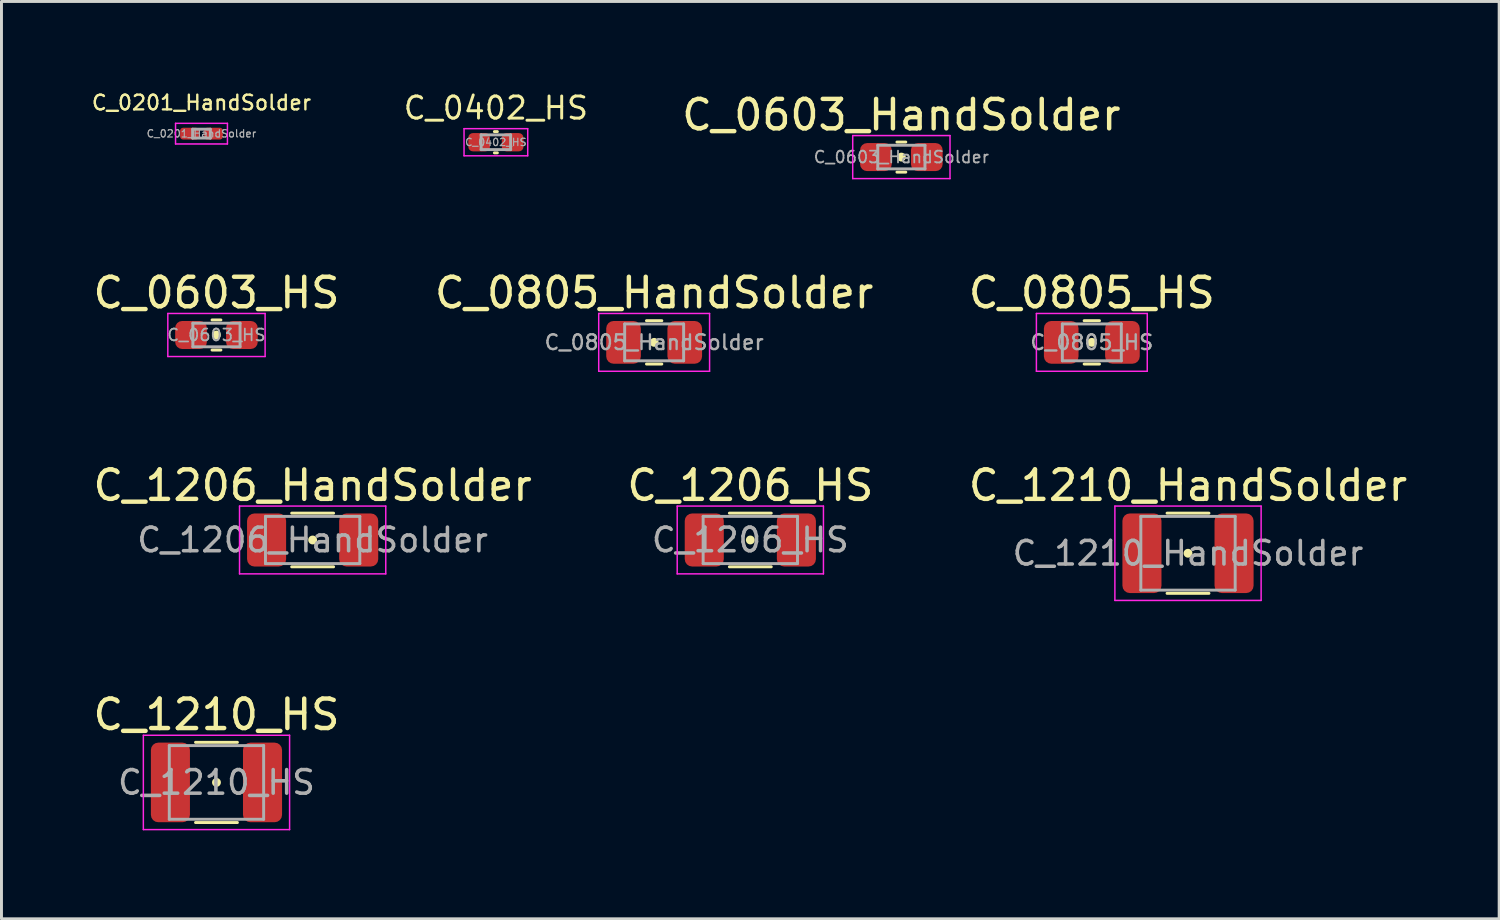
<source format=kicad_pcb>
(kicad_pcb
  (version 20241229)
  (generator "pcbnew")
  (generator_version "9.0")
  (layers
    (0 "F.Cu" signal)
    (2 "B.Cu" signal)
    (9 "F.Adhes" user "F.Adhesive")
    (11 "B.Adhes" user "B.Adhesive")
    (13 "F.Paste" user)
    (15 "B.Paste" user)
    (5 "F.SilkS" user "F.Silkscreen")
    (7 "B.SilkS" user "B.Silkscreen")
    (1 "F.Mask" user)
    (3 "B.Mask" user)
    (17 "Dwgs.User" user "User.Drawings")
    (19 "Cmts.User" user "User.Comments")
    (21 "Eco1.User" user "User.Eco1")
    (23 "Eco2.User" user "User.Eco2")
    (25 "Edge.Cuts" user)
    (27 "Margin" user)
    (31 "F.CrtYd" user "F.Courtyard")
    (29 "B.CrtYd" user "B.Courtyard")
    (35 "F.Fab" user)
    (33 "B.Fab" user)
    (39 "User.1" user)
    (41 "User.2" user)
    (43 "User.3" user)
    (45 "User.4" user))
  (footprint "C_0201_HandSolder"
    (layer "F.Cu")
    (at 3.784 1.483)
    (property "Reference" "C_0201_HandSolder" (at 0 -1.05 0) (layer "F.SilkS") (effects (font (size 0.5 0.5) (thickness 0.08))))
    (attr smd)
    (fp_line (start -0.88 -0.35) (end 0.88 -0.35) (stroke (width 0.05) (type solid)) (layer "F.CrtYd"))
    (fp_line (start -0.88 0.35) (end -0.88 -0.35) (stroke (width 0.05) (type solid)) (layer "F.CrtYd"))
    (fp_line (start 0.88 -0.35) (end 0.88 0.35) (stroke (width 0.05) (type solid)) (layer "F.CrtYd"))
    (fp_line (start 0.88 0.35) (end -0.88 0.35) (stroke (width 0.05) (type solid)) (layer "F.CrtYd"))
    (fp_line (start -0.3 -0.15) (end 0.3 -0.15) (stroke (width 0.1) (type solid)) (layer "F.Fab"))
    (fp_line (start -0.3 0.15) (end -0.3 -0.15) (stroke (width 0.1) (type solid)) (layer "F.Fab"))
    (fp_line (start 0.3 -0.15) (end 0.3 0.15) (stroke (width 0.1) (type solid)) (layer "F.Fab"))
    (fp_line (start 0.3 0.15) (end -0.3 0.15) (stroke (width 0.1) (type solid)) (layer "F.Fab"))
    (fp_text user "${REFERENCE}" (at 0 0 0) (layer "F.Fab") (effects (font (size 0.25 0.25) (thickness 0.04))))
    (pad "" smd roundrect (at -0.432 0) (size 0.458 0.36) (layers "F.Paste") (roundrect_rratio 0.25))
    (pad "" smd roundrect (at 0.432 0) (size 0.458 0.36) (layers "F.Paste") (roundrect_rratio 0.25))
    (pad "1" smd roundrect (at -0.407 0) (size 0.635 0.4) (layers "F.Cu" "F.Mask") (roundrect_rratio 0.25))
    (pad "2" smd roundrect (at 0.407 0) (size 0.635 0.4) (layers "F.Cu" "F.Mask") (roundrect_rratio 0.25)))
  (footprint "C_0402_HS"
    (layer "F.Cu")
    (at 13.769 1.774)
    (property "Reference" "C_0402_HS" (at 0 -1.16 0) (layer "F.SilkS") (effects (font (size 0.75 0.75) (thickness 0.1))))
    (attr smd)
    (fp_line (start -0.05 -0.36) (end 0.05 -0.36) (stroke (width 0.1) (type solid)) (layer "F.SilkS"))
    (fp_line (start -0.05 0.36) (end 0.05 0.36) (stroke (width 0.1) (type solid)) (layer "F.SilkS"))
    (fp_line (start -1.08 -0.46) (end 1.08 -0.46) (stroke (width 0.05) (type solid)) (layer "F.CrtYd"))
    (fp_line (start -1.08 0.46) (end -1.08 -0.46) (stroke (width 0.05) (type solid)) (layer "F.CrtYd"))
    (fp_line (start 1.08 -0.46) (end 1.08 0.46) (stroke (width 0.05) (type solid)) (layer "F.CrtYd"))
    (fp_line (start 1.08 0.46) (end -1.08 0.46) (stroke (width 0.05) (type solid)) (layer "F.CrtYd"))
    (fp_line (start -0.5 -0.25) (end 0.5 -0.25) (stroke (width 0.1) (type solid)) (layer "F.Fab"))
    (fp_line (start -0.5 0.25) (end -0.5 -0.25) (stroke (width 0.1) (type solid)) (layer "F.Fab"))
    (fp_line (start 0.5 -0.25) (end 0.5 0.25) (stroke (width 0.1) (type solid)) (layer "F.Fab"))
    (fp_line (start 0.5 0.25) (end -0.5 0.25) (stroke (width 0.1) (type solid)) (layer "F.Fab"))
    (fp_text user "${REFERENCE}" (at 0 0 0) (layer "F.Fab") (effects (font (size 0.25 0.25) (thickness 0.04))))
    (pad "1" smd roundrect (at -0.568 0) (size 0.735 0.62) (layers "F.Cu" "F.Mask" "F.Paste") (roundrect_rratio 0.25))
    (pad "2" smd roundrect (at 0.568 0) (size 0.735 0.62) (layers "F.Cu" "F.Mask" "F.Paste") (roundrect_rratio 0.25)))
  (footprint "C_0603_HandSolder"
    (layer "F.Cu")
    (at 27.522 2.278)
    (property "Reference" "C_0603_HandSolder" (at 0 -1.43 0) (layer "F.SilkS") (effects (font (size 1 1) (thickness 0.15))))
    (attr smd)
    (fp_line (start -0.15 -0.51) (end 0.15 -0.51) (stroke (width 0.1) (type solid)) (layer "F.SilkS"))
    (fp_line (start -0.15 0.51) (end 0.15 0.51) (stroke (width 0.1) (type solid)) (layer "F.SilkS"))
    (fp_circle (center 0 0) (end 0.1 0) (stroke (width 0.1) (type solid)) (fill yes) (layer "F.SilkS"))
    (fp_line (start -1.65 -0.73) (end 1.65 -0.73) (stroke (width 0.05) (type solid)) (layer "F.CrtYd"))
    (fp_line (start -1.65 0.73) (end -1.65 -0.73) (stroke (width 0.05) (type solid)) (layer "F.CrtYd"))
    (fp_line (start 1.65 -0.73) (end 1.65 0.73) (stroke (width 0.05) (type solid)) (layer "F.CrtYd"))
    (fp_line (start 1.65 0.73) (end -1.65 0.73) (stroke (width 0.05) (type solid)) (layer "F.CrtYd"))
    (fp_line (start -0.8 -0.4) (end 0.8 -0.4) (stroke (width 0.1) (type solid)) (layer "F.Fab"))
    (fp_line (start -0.8 0.4) (end -0.8 -0.4) (stroke (width 0.1) (type solid)) (layer "F.Fab"))
    (fp_line (start 0.8 -0.4) (end 0.8 0.4) (stroke (width 0.1) (type solid)) (layer "F.Fab"))
    (fp_line (start 0.8 0.4) (end -0.8 0.4) (stroke (width 0.1) (type solid)) (layer "F.Fab"))
    (fp_text user "${REFERENCE}" (at 0 0 0) (layer "F.Fab") (effects (font (size 0.4 0.4) (thickness 0.06))))
    (pad "1" smd roundrect (at -0.863 0) (size 1.075 0.95) (layers "F.Cu" "F.Mask" "F.Paste") (roundrect_rratio 0.25))
    (pad "2" smd roundrect (at 0.863 0) (size 1.075 0.95) (layers "F.Cu" "F.Mask" "F.Paste") (roundrect_rratio 0.25)))
  (footprint "C_1210_HandSolder"
    (layer "F.Cu")
    (at 37.244 15.715)
    (property "Reference" "C_1210_HandSolder" (at 0 -2.3 0) (layer "F.SilkS") (effects (font (size 1 1) (thickness 0.15))))
    (attr smd)
    (fp_line (start -0.71 -1.36) (end 0.71 -1.36) (stroke (width 0.1) (type solid)) (layer "F.SilkS"))
    (fp_line (start -0.71 1.36) (end 0.71 1.36) (stroke (width 0.1) (type solid)) (layer "F.SilkS"))
    (fp_circle (center 0 0) (end 0.1 0) (stroke (width 0.1) (type solid)) (fill yes) (layer "F.SilkS"))
    (fp_line (start -2.48 -1.6) (end 2.48 -1.6) (stroke (width 0.05) (type solid)) (layer "F.CrtYd"))
    (fp_line (start -2.48 1.6) (end -2.48 -1.6) (stroke (width 0.05) (type solid)) (layer "F.CrtYd"))
    (fp_line (start 2.48 -1.6) (end 2.48 1.6) (stroke (width 0.05) (type solid)) (layer "F.CrtYd"))
    (fp_line (start 2.48 1.6) (end -2.48 1.6) (stroke (width 0.05) (type solid)) (layer "F.CrtYd"))
    (fp_line (start -1.6 -1.25) (end 1.6 -1.25) (stroke (width 0.1) (type solid)) (layer "F.Fab"))
    (fp_line (start -1.6 1.25) (end -1.6 -1.25) (stroke (width 0.1) (type solid)) (layer "F.Fab"))
    (fp_line (start 1.6 -1.25) (end 1.6 1.25) (stroke (width 0.1) (type solid)) (layer "F.Fab"))
    (fp_line (start 1.6 1.25) (end -1.6 1.25) (stroke (width 0.1) (type solid)) (layer "F.Fab"))
    (fp_text user "${REFERENCE}" (at 0 0 0) (layer "F.Fab") (effects (font (size 0.8 0.8) (thickness 0.12))))
    (pad "1" smd roundrect (at -1.562 0) (size 1.325 2.7) (layers "F.Cu" "F.Mask" "F.Paste") (roundrect_rratio 0.189))
    (pad "2" smd roundrect (at 1.562 0) (size 1.325 2.7) (layers "F.Cu" "F.Mask" "F.Paste") (roundrect_rratio 0.189)))
  (footprint "C_1206_HS"
    (layer "F.Cu")
    (at 22.399 15.265)
    (property "Reference" "C_1206_HS" (at 0 -1.85 0) (layer "F.SilkS") (effects (font (size 1 1) (thickness 0.15))))
    (attr smd)
    (fp_line (start -0.71 -0.91) (end 0.71 -0.91) (stroke (width 0.1) (type solid)) (layer "F.SilkS"))
    (fp_line (start -0.71 0.91) (end 0.71 0.91) (stroke (width 0.1) (type solid)) (layer "F.SilkS"))
    (fp_circle (center 0 0) (end 0.1 0) (stroke (width 0.1) (type solid)) (fill yes) (layer "F.SilkS"))
    (fp_line (start -2.48 -1.15) (end 2.48 -1.15) (stroke (width 0.05) (type solid)) (layer "F.CrtYd"))
    (fp_line (start -2.48 1.15) (end -2.48 -1.15) (stroke (width 0.05) (type solid)) (layer "F.CrtYd"))
    (fp_line (start 2.48 -1.15) (end 2.48 1.15) (stroke (width 0.05) (type solid)) (layer "F.CrtYd"))
    (fp_line (start 2.48 1.15) (end -2.48 1.15) (stroke (width 0.05) (type solid)) (layer "F.CrtYd"))
    (fp_line (start -1.6 -0.8) (end 1.6 -0.8) (stroke (width 0.1) (type solid)) (layer "F.Fab"))
    (fp_line (start -1.6 0.8) (end -1.6 -0.8) (stroke (width 0.1) (type solid)) (layer "F.Fab"))
    (fp_line (start 1.6 -0.8) (end 1.6 0.8) (stroke (width 0.1) (type solid)) (layer "F.Fab"))
    (fp_line (start 1.6 0.8) (end -1.6 0.8) (stroke (width 0.1) (type solid)) (layer "F.Fab"))
    (fp_text user "${REFERENCE}" (at 0 0 0) (layer "F.Fab") (effects (font (size 0.8 0.8) (thickness 0.12))))
    (pad "1" smd roundrect (at -1.562 0) (size 1.325 1.8) (layers "F.Cu" "F.Mask" "F.Paste") (roundrect_rratio 0.189))
    (pad "2" smd roundrect (at 1.562 0) (size 1.325 1.8) (layers "F.Cu" "F.Mask" "F.Paste") (roundrect_rratio 0.189)))
  (footprint "C_0805_HandSolder"
    (layer "F.Cu")
    (at 19.137 8.562)
    (property "Reference" "C_0805_HandSolder" (at 0 -1.68 0) (layer "F.SilkS") (effects (font (size 1 1) (thickness 0.15))))
    (attr smd)
    (fp_line (start -0.26 -0.735) (end 0.26 -0.735) (stroke (width 0.1) (type solid)) (layer "F.SilkS"))
    (fp_line (start -0.26 0.735) (end 0.26 0.735) (stroke (width 0.1) (type solid)) (layer "F.SilkS"))
    (fp_circle (center 0 0) (end 0.1 0) (stroke (width 0.1) (type solid)) (fill yes) (layer "F.SilkS"))
    (fp_line (start -1.88 -0.98) (end 1.88 -0.98) (stroke (width 0.05) (type solid)) (layer "F.CrtYd"))
    (fp_line (start -1.88 0.98) (end -1.88 -0.98) (stroke (width 0.05) (type solid)) (layer "F.CrtYd"))
    (fp_line (start 1.88 -0.98) (end 1.88 0.98) (stroke (width 0.05) (type solid)) (layer "F.CrtYd"))
    (fp_line (start 1.88 0.98) (end -1.88 0.98) (stroke (width 0.05) (type solid)) (layer "F.CrtYd"))
    (fp_line (start -1 -0.625) (end 1 -0.625) (stroke (width 0.1) (type solid)) (layer "F.Fab"))
    (fp_line (start -1 0.625) (end -1 -0.625) (stroke (width 0.1) (type solid)) (layer "F.Fab"))
    (fp_line (start 1 -0.625) (end 1 0.625) (stroke (width 0.1) (type solid)) (layer "F.Fab"))
    (fp_line (start 1 0.625) (end -1 0.625) (stroke (width 0.1) (type solid)) (layer "F.Fab"))
    (fp_text user "${REFERENCE}" (at 0 0 0) (layer "F.Fab") (effects (font (size 0.5 0.5) (thickness 0.08))))
    (pad "1" smd roundrect (at -1.038 0) (size 1.175 1.45) (layers "F.Cu" "F.Mask" "F.Paste") (roundrect_rratio 0.213))
    (pad "2" smd roundrect (at 1.038 0) (size 1.175 1.45) (layers "F.Cu" "F.Mask" "F.Paste") (roundrect_rratio 0.213)))
  (footprint "C_0603_HS"
    (layer "F.Cu")
    (at 4.292 8.312)
    (property "Reference" "C_0603_HS" (at 0 -1.43 0) (layer "F.SilkS") (effects (font (size 1 1) (thickness 0.15))))
    (attr smd)
    (fp_line (start -0.15 -0.51) (end 0.15 -0.51) (stroke (width 0.1) (type solid)) (layer "F.SilkS"))
    (fp_line (start -0.15 0.51) (end 0.15 0.51) (stroke (width 0.1) (type solid)) (layer "F.SilkS"))
    (fp_circle (center 0 0) (end 0.1 0) (stroke (width 0.1) (type solid)) (fill yes) (layer "F.SilkS"))
    (fp_line (start -1.65 -0.73) (end 1.65 -0.73) (stroke (width 0.05) (type solid)) (layer "F.CrtYd"))
    (fp_line (start -1.65 0.73) (end -1.65 -0.73) (stroke (width 0.05) (type solid)) (layer "F.CrtYd"))
    (fp_line (start 1.65 -0.73) (end 1.65 0.73) (stroke (width 0.05) (type solid)) (layer "F.CrtYd"))
    (fp_line (start 1.65 0.73) (end -1.65 0.73) (stroke (width 0.05) (type solid)) (layer "F.CrtYd"))
    (fp_line (start -0.8 -0.4) (end 0.8 -0.4) (stroke (width 0.1) (type solid)) (layer "F.Fab"))
    (fp_line (start -0.8 0.4) (end -0.8 -0.4) (stroke (width 0.1) (type solid)) (layer "F.Fab"))
    (fp_line (start 0.8 -0.4) (end 0.8 0.4) (stroke (width 0.1) (type solid)) (layer "F.Fab"))
    (fp_line (start 0.8 0.4) (end -0.8 0.4) (stroke (width 0.1) (type solid)) (layer "F.Fab"))
    (fp_text user "${REFERENCE}" (at 0 0 0) (layer "F.Fab") (effects (font (size 0.4 0.4) (thickness 0.06))))
    (pad "1" smd roundrect (at -0.863 0) (size 1.075 0.95) (layers "F.Cu" "F.Mask" "F.Paste") (roundrect_rratio 0.25))
    (pad "2" smd roundrect (at 0.863 0) (size 1.075 0.95) (layers "F.Cu" "F.Mask" "F.Paste") (roundrect_rratio 0.25)))
  (footprint "C_0805_HS"
    (layer "F.Cu")
    (at 33.982 8.562)
    (property "Reference" "C_0805_HS" (at 0 -1.68 0) (layer "F.SilkS") (effects (font (size 1 1) (thickness 0.15))))
    (attr smd)
    (fp_line (start -0.26 -0.735) (end 0.26 -0.735) (stroke (width 0.1) (type solid)) (layer "F.SilkS"))
    (fp_line (start -0.26 0.735) (end 0.26 0.735) (stroke (width 0.1) (type solid)) (layer "F.SilkS"))
    (fp_circle (center 0 0) (end 0.1 0) (stroke (width 0.1) (type solid)) (fill yes) (layer "F.SilkS"))
    (fp_line (start -1.88 -0.98) (end 1.88 -0.98) (stroke (width 0.05) (type solid)) (layer "F.CrtYd"))
    (fp_line (start -1.88 0.98) (end -1.88 -0.98) (stroke (width 0.05) (type solid)) (layer "F.CrtYd"))
    (fp_line (start 1.88 -0.98) (end 1.88 0.98) (stroke (width 0.05) (type solid)) (layer "F.CrtYd"))
    (fp_line (start 1.88 0.98) (end -1.88 0.98) (stroke (width 0.05) (type solid)) (layer "F.CrtYd"))
    (fp_line (start -1 -0.625) (end 1 -0.625) (stroke (width 0.1) (type solid)) (layer "F.Fab"))
    (fp_line (start -1 0.625) (end -1 -0.625) (stroke (width 0.1) (type solid)) (layer "F.Fab"))
    (fp_line (start 1 -0.625) (end 1 0.625) (stroke (width 0.1) (type solid)) (layer "F.Fab"))
    (fp_line (start 1 0.625) (end -1 0.625) (stroke (width 0.1) (type solid)) (layer "F.Fab"))
    (fp_text user "${REFERENCE}" (at 0 0 0) (layer "F.Fab") (effects (font (size 0.5 0.5) (thickness 0.08))))
    (pad "1" smd roundrect (at -1.038 0) (size 1.175 1.45) (layers "F.Cu" "F.Mask" "F.Paste") (roundrect_rratio 0.213))
    (pad "2" smd roundrect (at 1.038 0) (size 1.175 1.45) (layers "F.Cu" "F.Mask" "F.Paste") (roundrect_rratio 0.213)))
  (footprint "C_1206_HandSolder"
    (layer "F.Cu")
    (at 7.554 15.265)
    (property "Reference" "C_1206_HandSolder" (at 0 -1.85 0) (layer "F.SilkS") (effects (font (size 1 1) (thickness 0.15))))
    (attr smd)
    (fp_line (start -0.71 -0.91) (end 0.71 -0.91) (stroke (width 0.1) (type solid)) (layer "F.SilkS"))
    (fp_line (start -0.71 0.91) (end 0.71 0.91) (stroke (width 0.1) (type solid)) (layer "F.SilkS"))
    (fp_circle (center 0 0) (end 0.1 0) (stroke (width 0.1) (type solid)) (fill yes) (layer "F.SilkS"))
    (fp_line (start -2.48 -1.15) (end 2.48 -1.15) (stroke (width 0.05) (type solid)) (layer "F.CrtYd"))
    (fp_line (start -2.48 1.15) (end -2.48 -1.15) (stroke (width 0.05) (type solid)) (layer "F.CrtYd"))
    (fp_line (start 2.48 -1.15) (end 2.48 1.15) (stroke (width 0.05) (type solid)) (layer "F.CrtYd"))
    (fp_line (start 2.48 1.15) (end -2.48 1.15) (stroke (width 0.05) (type solid)) (layer "F.CrtYd"))
    (fp_line (start -1.6 -0.8) (end 1.6 -0.8) (stroke (width 0.1) (type solid)) (layer "F.Fab"))
    (fp_line (start -1.6 0.8) (end -1.6 -0.8) (stroke (width 0.1) (type solid)) (layer "F.Fab"))
    (fp_line (start 1.6 -0.8) (end 1.6 0.8) (stroke (width 0.1) (type solid)) (layer "F.Fab"))
    (fp_line (start 1.6 0.8) (end -1.6 0.8) (stroke (width 0.1) (type solid)) (layer "F.Fab"))
    (fp_text user "${REFERENCE}" (at 0 0 0) (layer "F.Fab") (effects (font (size 0.8 0.8) (thickness 0.12))))
    (pad "1" smd roundrect (at -1.562 0) (size 1.325 1.8) (layers "F.Cu" "F.Mask" "F.Paste") (roundrect_rratio 0.189))
    (pad "2" smd roundrect (at 1.562 0) (size 1.325 1.8) (layers "F.Cu" "F.Mask" "F.Paste") (roundrect_rratio 0.189)))
  (footprint "C_1210_HS"
    (layer "F.Cu")
    (at 4.292 23.488)
    (property "Reference" "C_1210_HS" (at 0 -2.3 0) (layer "F.SilkS") (effects (font (size 1 1) (thickness 0.15))))
    (attr smd)
    (fp_line (start -0.71 -1.36) (end 0.71 -1.36) (stroke (width 0.1) (type solid)) (layer "F.SilkS"))
    (fp_line (start -0.71 1.36) (end 0.71 1.36) (stroke (width 0.1) (type solid)) (layer "F.SilkS"))
    (fp_circle (center 0 0) (end 0.1 0) (stroke (width 0.1) (type solid)) (fill yes) (layer "F.SilkS"))
    (fp_line (start -2.48 -1.6) (end 2.48 -1.6) (stroke (width 0.05) (type solid)) (layer "F.CrtYd"))
    (fp_line (start -2.48 1.6) (end -2.48 -1.6) (stroke (width 0.05) (type solid)) (layer "F.CrtYd"))
    (fp_line (start 2.48 -1.6) (end 2.48 1.6) (stroke (width 0.05) (type solid)) (layer "F.CrtYd"))
    (fp_line (start 2.48 1.6) (end -2.48 1.6) (stroke (width 0.05) (type solid)) (layer "F.CrtYd"))
    (fp_line (start -1.6 -1.25) (end 1.6 -1.25) (stroke (width 0.1) (type solid)) (layer "F.Fab"))
    (fp_line (start -1.6 1.25) (end -1.6 -1.25) (stroke (width 0.1) (type solid)) (layer "F.Fab"))
    (fp_line (start 1.6 -1.25) (end 1.6 1.25) (stroke (width 0.1) (type solid)) (layer "F.Fab"))
    (fp_line (start 1.6 1.25) (end -1.6 1.25) (stroke (width 0.1) (type solid)) (layer "F.Fab"))
    (fp_text user "${REFERENCE}" (at 0 0 0) (layer "F.Fab") (effects (font (size 0.8 0.8) (thickness 0.12))))
    (pad "1" smd roundrect (at -1.562 0) (size 1.325 2.7) (layers "F.Cu" "F.Mask" "F.Paste") (roundrect_rratio 0.189))
    (pad "2" smd roundrect (at 1.562 0) (size 1.325 2.7) (layers "F.Cu" "F.Mask" "F.Paste") (roundrect_rratio 0.189)))
  (gr_rect
    (start -3 -3)
    (end 47.798 28.113)
    (stroke (width 0.1) (type default))
    (fill no)
    (layer "Edge.Cuts")))
</source>
